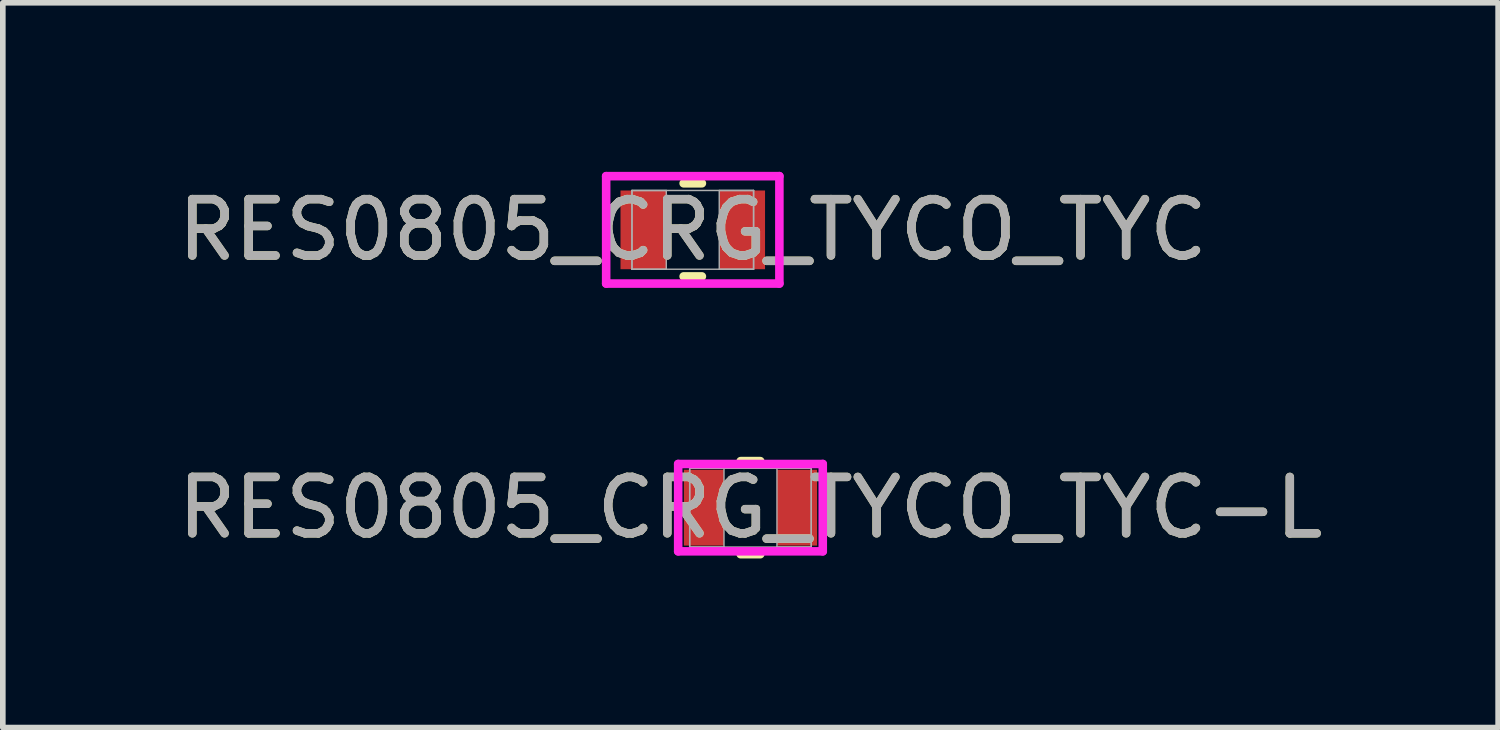
<source format=kicad_pcb>
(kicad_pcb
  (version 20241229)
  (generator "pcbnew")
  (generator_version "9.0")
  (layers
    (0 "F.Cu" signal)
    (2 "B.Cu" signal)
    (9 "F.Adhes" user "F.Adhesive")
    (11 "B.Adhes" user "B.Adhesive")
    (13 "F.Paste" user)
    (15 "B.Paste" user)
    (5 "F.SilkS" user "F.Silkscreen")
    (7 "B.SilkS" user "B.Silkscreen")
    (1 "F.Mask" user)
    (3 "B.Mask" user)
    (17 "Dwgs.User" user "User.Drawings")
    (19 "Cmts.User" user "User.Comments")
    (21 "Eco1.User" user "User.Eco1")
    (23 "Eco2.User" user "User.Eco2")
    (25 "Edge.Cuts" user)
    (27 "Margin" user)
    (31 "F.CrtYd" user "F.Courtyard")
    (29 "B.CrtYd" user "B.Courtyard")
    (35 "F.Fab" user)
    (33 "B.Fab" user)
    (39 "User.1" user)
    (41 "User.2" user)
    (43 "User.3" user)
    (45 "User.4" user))
  (footprint "RES0805_CRG_TYCO_TYC-L"
    (layer "F.Cu")
    (at 10.268 5.959)
    (property "Reference" "RES0805_CRG_TYCO_TYC-L" (at 0 0 0) (unlocked yes) (layer "F.SilkS") (effects (font (size 1 1) (thickness 0.15))))
    (attr smd)
    (fp_line (start -0.174 0.826) (end 0.174 0.826) (stroke (width 0.152) (type solid)) (layer "F.SilkS"))
    (fp_line (start 0.174 -0.826) (end -0.174 -0.826) (stroke (width 0.152) (type solid)) (layer "F.SilkS"))
    (fp_line (start -1.283 -0.775) (end 1.283 -0.775) (stroke (width 0.152) (type solid)) (layer "F.CrtYd"))
    (fp_line (start -1.283 0.775) (end -1.283 -0.775) (stroke (width 0.152) (type solid)) (layer "F.CrtYd"))
    (fp_line (start 1.283 -0.775) (end 1.283 0.775) (stroke (width 0.152) (type solid)) (layer "F.CrtYd"))
    (fp_line (start 1.283 0.775) (end -1.283 0.775) (stroke (width 0.152) (type solid)) (layer "F.CrtYd"))
    (fp_line (start -1.079 -0.699) (end -1.079 0.699) (stroke (width 0.025) (type solid)) (layer "F.Fab"))
    (fp_line (start -1.079 -0.699) (end -1.079 0.699) (stroke (width 0.025) (type solid)) (layer "F.Fab"))
    (fp_line (start -1.079 0.699) (end -0.47 0.699) (stroke (width 0.025) (type solid)) (layer "F.Fab"))
    (fp_line (start -1.079 0.699) (end 1.079 0.699) (stroke (width 0.025) (type solid)) (layer "F.Fab"))
    (fp_line (start -0.47 -0.699) (end -1.079 -0.699) (stroke (width 0.025) (type solid)) (layer "F.Fab"))
    (fp_line (start -0.47 0.699) (end -0.47 -0.699) (stroke (width 0.025) (type solid)) (layer "F.Fab"))
    (fp_line (start 0.47 -0.699) (end 0.47 0.699) (stroke (width 0.025) (type solid)) (layer "F.Fab"))
    (fp_line (start 0.47 0.699) (end 1.079 0.699) (stroke (width 0.025) (type solid)) (layer "F.Fab"))
    (fp_line (start 1.079 -0.699) (end -1.079 -0.699) (stroke (width 0.025) (type solid)) (layer "F.Fab"))
    (fp_line (start 1.079 -0.699) (end 0.47 -0.699) (stroke (width 0.025) (type solid)) (layer "F.Fab"))
    (fp_line (start 1.079 0.699) (end 1.079 -0.699) (stroke (width 0.025) (type solid)) (layer "F.Fab"))
    (fp_line (start 1.079 0.699) (end 1.079 -0.699) (stroke (width 0.025) (type solid)) (layer "F.Fab"))
    (fp_text user "${REFERENCE}" (at 0 0 0) (unlocked yes) (layer "F.Fab") (effects (font (size 1 1) (thickness 0.15))))
    (pad "1" smd rect (at -0.826 0) (size 0.711 1.346) (layers "F.Cu" "F.Mask" "F.Paste"))
    (pad "2" smd rect (at 0.826 0) (size 0.711 1.346) (layers "F.Cu" "F.Mask" "F.Paste"))
    (zone (net_name "") (layer "F.Cu") (hatch full 0.508) (connect_pads) (min_thickness 0.254) (filled_areas_thickness no) (keepout (tracks not_allowed) (vias not_allowed) (pads allowed) (copperpour not_allowed) (footprints allowed)) (placement (enabled no)) (fill) (polygon (pts (xy 9.849 5.311) (xy 10.687 5.311) (xy 10.687 6.607) (xy 9.849 6.607)))))
  (footprint "RES0805_CRG_TYCO_TYC"
    (layer "F.Cu")
    (at 9.244 1.029)
    (property "Reference" "RES0805_CRG_TYCO_TYC" (at 0 0 0) (unlocked yes) (layer "F.SilkS") (effects (font (size 1 1) (thickness 0.15))))
    (attr smd)
    (fp_line (start -0.162 0.826) (end 0.162 0.826) (stroke (width 0.152) (type solid)) (layer "F.SilkS"))
    (fp_line (start 0.162 -0.826) (end -0.162 -0.826) (stroke (width 0.152) (type solid)) (layer "F.SilkS"))
    (fp_line (start -1.537 -0.953) (end 1.537 -0.953) (stroke (width 0.152) (type solid)) (layer "F.CrtYd"))
    (fp_line (start -1.537 0.953) (end -1.537 -0.953) (stroke (width 0.152) (type solid)) (layer "F.CrtYd"))
    (fp_line (start 1.537 -0.953) (end 1.537 0.953) (stroke (width 0.152) (type solid)) (layer "F.CrtYd"))
    (fp_line (start 1.537 0.953) (end -1.537 0.953) (stroke (width 0.152) (type solid)) (layer "F.CrtYd"))
    (fp_line (start -1.079 -0.699) (end -1.079 0.699) (stroke (width 0.025) (type solid)) (layer "F.Fab"))
    (fp_line (start -1.079 -0.699) (end -1.079 0.699) (stroke (width 0.025) (type solid)) (layer "F.Fab"))
    (fp_line (start -1.079 0.699) (end -0.47 0.699) (stroke (width 0.025) (type solid)) (layer "F.Fab"))
    (fp_line (start -1.079 0.699) (end 1.079 0.699) (stroke (width 0.025) (type solid)) (layer "F.Fab"))
    (fp_line (start -0.47 -0.699) (end -1.079 -0.699) (stroke (width 0.025) (type solid)) (layer "F.Fab"))
    (fp_line (start -0.47 0.699) (end -0.47 -0.699) (stroke (width 0.025) (type solid)) (layer "F.Fab"))
    (fp_line (start 0.47 -0.699) (end 0.47 0.699) (stroke (width 0.025) (type solid)) (layer "F.Fab"))
    (fp_line (start 0.47 0.699) (end 1.079 0.699) (stroke (width 0.025) (type solid)) (layer "F.Fab"))
    (fp_line (start 1.079 -0.699) (end -1.079 -0.699) (stroke (width 0.025) (type solid)) (layer "F.Fab"))
    (fp_line (start 1.079 -0.699) (end 0.47 -0.699) (stroke (width 0.025) (type solid)) (layer "F.Fab"))
    (fp_line (start 1.079 0.699) (end 1.079 -0.699) (stroke (width 0.025) (type solid)) (layer "F.Fab"))
    (fp_line (start 1.079 0.699) (end 1.079 -0.699) (stroke (width 0.025) (type solid)) (layer "F.Fab"))
    (fp_text user "${REFERENCE}" (at 0 0 0) (unlocked yes) (layer "F.Fab") (effects (font (size 1 1) (thickness 0.15))))
    (pad "1" smd rect (at -0.876 0) (size 0.813 1.397) (layers "F.Cu" "F.Mask" "F.Paste"))
    (pad "2" smd rect (at 0.876 0) (size 0.813 1.397) (layers "F.Cu" "F.Mask" "F.Paste"))
    (zone (net_name "") (layer "F.Cu") (hatch full 0.508) (connect_pads) (min_thickness 0.254) (filled_areas_thickness no) (keepout (tracks not_allowed) (vias not_allowed) (pads allowed) (copperpour not_allowed) (footprints allowed)) (placement (enabled no)) (fill) (polygon (pts (xy 8.825 0.381) (xy 9.663 0.381) (xy 9.663 1.676) (xy 8.825 1.676)))))
  (gr_rect
    (start -3 -3)
    (end 23.536 9.861)
    (stroke (width 0.1) (type default))
    (fill no)
    (layer "Edge.Cuts")))
</source>
